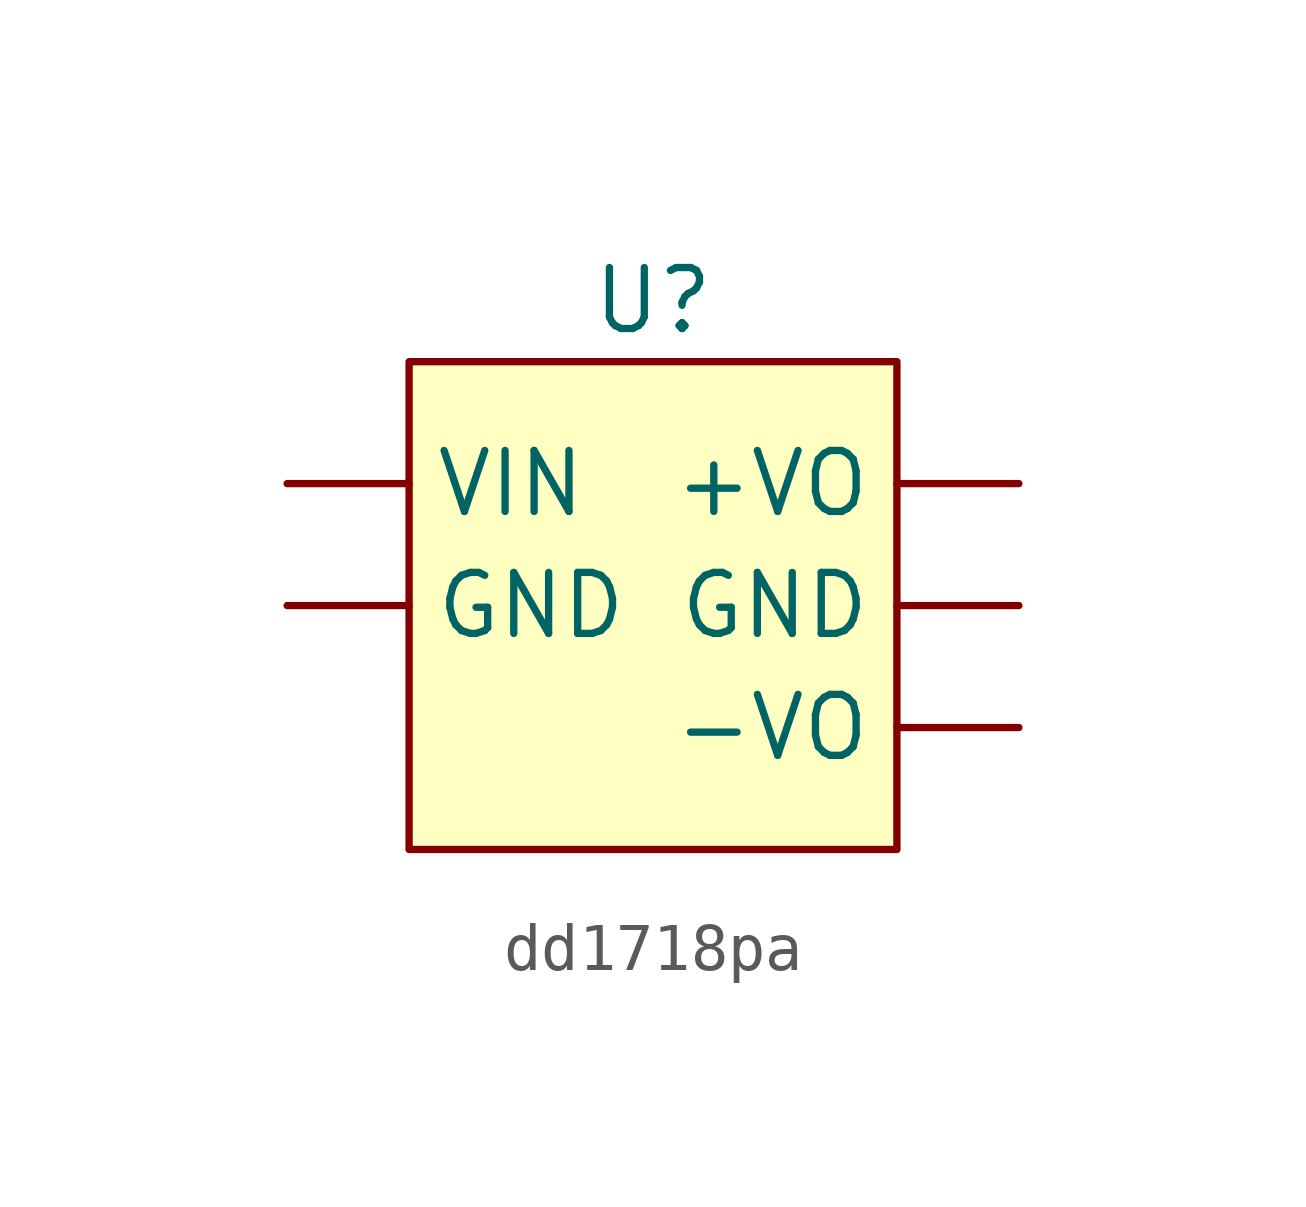
<source format=kicad_sym>
(kicad_symbol_lib
  (version 20211014)
  (generator kicad_symbol_editor)
  (symbol "dd1718pa"
    (pin_numbers hide)
    (property "Reference" "U"
      (at 0 6.35 0)
      (effects (font (size 1.27 1.27))))
    (symbol "dd1718pa_0_1"
      (rectangle (start -5.08 5.08) (end 5.08 -5.08) (stroke (width 0) (type default) (color 0 0 0 0)) (fill (type background))))
    (symbol "dd1718pa_1_1"
      (pin power_in line (at -7.62 2.54 0) (length 2.54) (name "VIN" (effects (font (size 1.27 1.27)))) (number "1" (effects (font (size 1.27 1.27)))))
      (pin power_in line (at -7.62 0 0) (length 2.54) (name "GND" (effects (font (size 1.27 1.27)))) (number "2" (effects (font (size 1.27 1.27)))))
      (pin power_out line (at 7.62 2.54 180) (length 2.54) (name "+VO" (effects (font (size 1.27 1.27)))) (number "3" (effects (font (size 1.27 1.27)))))
      (pin power_in line (at 7.62 0 180) (length 2.54) (name "GND" (effects (font (size 1.27 1.27)))) (number "4" (effects (font (size 1.27 1.27)))))
      (pin power_out line (at 7.62 -2.54 180) (length 2.54) (name "-VO" (effects (font (size 1.27 1.27)))) (number "5" (effects (font (size 1.27 1.27))))))))
</source>
